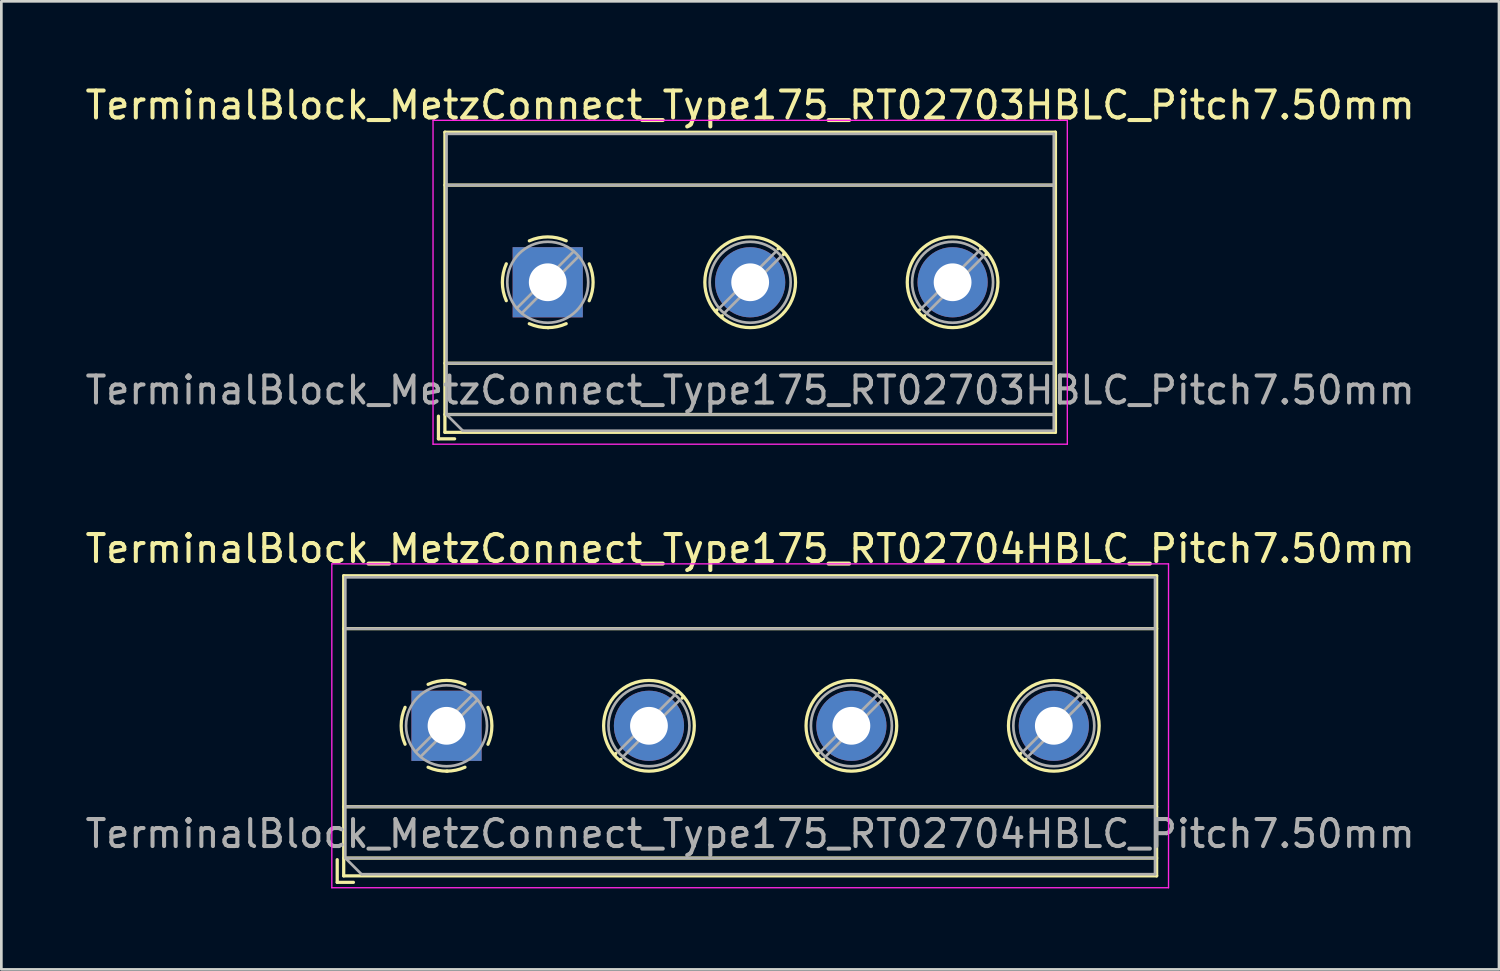
<source format=kicad_pcb>
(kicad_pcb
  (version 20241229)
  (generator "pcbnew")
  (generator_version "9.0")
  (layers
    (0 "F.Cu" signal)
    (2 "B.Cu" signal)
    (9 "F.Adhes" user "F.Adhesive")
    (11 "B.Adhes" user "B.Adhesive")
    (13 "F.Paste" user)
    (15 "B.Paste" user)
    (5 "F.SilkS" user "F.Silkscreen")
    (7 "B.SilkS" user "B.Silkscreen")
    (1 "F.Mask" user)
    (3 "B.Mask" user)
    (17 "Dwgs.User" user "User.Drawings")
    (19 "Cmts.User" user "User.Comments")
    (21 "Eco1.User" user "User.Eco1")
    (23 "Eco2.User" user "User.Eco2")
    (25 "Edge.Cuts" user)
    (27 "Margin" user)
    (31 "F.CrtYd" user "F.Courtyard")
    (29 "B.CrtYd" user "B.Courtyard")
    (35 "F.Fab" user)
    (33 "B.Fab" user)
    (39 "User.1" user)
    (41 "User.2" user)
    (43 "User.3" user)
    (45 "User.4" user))
  (footprint "TerminalBlock_MetzConnect_Type175_RT02704HBLC_Pitch7.50mm"
    (layer "F.Cu")
    (at 13.494 23.841)
    (property "Reference" "TerminalBlock_MetzConnect_Type175_RT02704HBLC_Pitch7.50mm" (at 11.25 -6.56 0) (layer "F.SilkS") (effects (font (size 1 1) (thickness 0.15))))
    (attr through_hole)
    (fp_line (start -4.05 4.96) (end -4.05 5.8) (stroke (width 0.12) (type solid)) (layer "F.SilkS"))
    (fp_line (start -4.05 5.8) (end -3.45 5.8) (stroke (width 0.12) (type solid)) (layer "F.SilkS"))
    (fp_line (start -3.81 -5.56) (end -3.81 5.56) (stroke (width 0.12) (type solid)) (layer "F.SilkS"))
    (fp_line (start -3.81 -3.6) (end 26.31 -3.6) (stroke (width 0.12) (type solid)) (layer "F.SilkS"))
    (fp_line (start -3.81 3) (end 26.31 3) (stroke (width 0.12) (type solid)) (layer "F.SilkS"))
    (fp_line (start -3.81 4.9) (end 26.31 4.9) (stroke (width 0.12) (type solid)) (layer "F.SilkS"))
    (fp_line (start -3.81 5.56) (end 26.31 5.56) (stroke (width 0.12) (type solid)) (layer "F.SilkS"))
    (fp_line (start 6.273 1.023) (end 6.226 1.069) (stroke (width 0.12) (type solid)) (layer "F.SilkS"))
    (fp_line (start 6.466 1.239) (end 6.431 1.274) (stroke (width 0.12) (type solid)) (layer "F.SilkS"))
    (fp_line (start 8.57 -1.275) (end 8.535 -1.239) (stroke (width 0.12) (type solid)) (layer "F.SilkS"))
    (fp_line (start 8.775 -1.069) (end 8.728 -1.023) (stroke (width 0.12) (type solid)) (layer "F.SilkS"))
    (fp_line (start 13.773 1.023) (end 13.726 1.069) (stroke (width 0.12) (type solid)) (layer "F.SilkS"))
    (fp_line (start 13.966 1.239) (end 13.931 1.274) (stroke (width 0.12) (type solid)) (layer "F.SilkS"))
    (fp_line (start 16.07 -1.275) (end 16.035 -1.239) (stroke (width 0.12) (type solid)) (layer "F.SilkS"))
    (fp_line (start 16.275 -1.069) (end 16.228 -1.023) (stroke (width 0.12) (type solid)) (layer "F.SilkS"))
    (fp_line (start 21.273 1.023) (end 21.226 1.069) (stroke (width 0.12) (type solid)) (layer "F.SilkS"))
    (fp_line (start 21.466 1.239) (end 21.431 1.274) (stroke (width 0.12) (type solid)) (layer "F.SilkS"))
    (fp_line (start 23.57 -1.275) (end 23.535 -1.239) (stroke (width 0.12) (type solid)) (layer "F.SilkS"))
    (fp_line (start 23.775 -1.069) (end 23.728 -1.023) (stroke (width 0.12) (type solid)) (layer "F.SilkS"))
    (fp_line (start 26.31 -5.56) (end -3.81 -5.56) (stroke (width 0.12) (type solid)) (layer "F.SilkS"))
    (fp_line (start 26.31 5.56) (end 26.31 -5.56) (stroke (width 0.12) (type solid)) (layer "F.SilkS"))
    (fp_arc (start -1.535427 0.683042) (mid -1.680501 -0.000524) (end -1.535 -0.684) (stroke (width 0.12) (type solid)) (layer "F.SilkS"))
    (fp_arc (start -0.683042 -1.535427) (mid 0.000524 -1.680501) (end 0.684 -1.535) (stroke (width 0.12) (type solid)) (layer "F.SilkS"))
    (fp_arc (start 0.028805 1.680253) (mid -0.335551 1.646659) (end -0.684 1.535) (stroke (width 0.12) (type solid)) (layer "F.SilkS"))
    (fp_arc (start 0.683318 1.534756) (mid 0.349292 1.643288) (end 0 1.68) (stroke (width 0.12) (type solid)) (layer "F.SilkS"))
    (fp_arc (start 1.535427 -0.683042) (mid 1.680501 0.000524) (end 1.535 0.684) (stroke (width 0.12) (type solid)) (layer "F.SilkS"))
    (fp_circle (center 7.5 0) (end 9.18 0) (stroke (width 0.12) (type solid)) (fill no) (layer "F.SilkS"))
    (fp_circle (center 15 0) (end 16.68 0) (stroke (width 0.12) (type solid)) (fill no) (layer "F.SilkS"))
    (fp_circle (center 22.5 0) (end 24.18 0) (stroke (width 0.12) (type solid)) (fill no) (layer "F.SilkS"))
    (fp_line (start -4.25 -6) (end -4.25 6) (stroke (width 0.05) (type solid)) (layer "F.CrtYd"))
    (fp_line (start -4.25 6) (end 26.75 6) (stroke (width 0.05) (type solid)) (layer "F.CrtYd"))
    (fp_line (start 26.75 -6) (end -4.25 -6) (stroke (width 0.05) (type solid)) (layer "F.CrtYd"))
    (fp_line (start 26.75 6) (end 26.75 -6) (stroke (width 0.05) (type solid)) (layer "F.CrtYd"))
    (fp_line (start -3.75 -5.5) (end 26.25 -5.5) (stroke (width 0.1) (type solid)) (layer "F.Fab"))
    (fp_line (start -3.75 -3.6) (end 26.25 -3.6) (stroke (width 0.1) (type solid)) (layer "F.Fab"))
    (fp_line (start -3.75 3) (end 26.25 3) (stroke (width 0.1) (type solid)) (layer "F.Fab"))
    (fp_line (start -3.75 4.9) (end -3.75 -5.5) (stroke (width 0.1) (type solid)) (layer "F.Fab"))
    (fp_line (start -3.75 4.9) (end 26.25 4.9) (stroke (width 0.1) (type solid)) (layer "F.Fab"))
    (fp_line (start -3.15 5.5) (end -3.75 4.9) (stroke (width 0.1) (type solid)) (layer "F.Fab"))
    (fp_line (start 0.955 -1.138) (end -1.138 0.955) (stroke (width 0.1) (type solid)) (layer "F.Fab"))
    (fp_line (start 1.138 -0.955) (end -0.955 1.138) (stroke (width 0.1) (type solid)) (layer "F.Fab"))
    (fp_line (start 8.455 -1.138) (end 6.363 0.955) (stroke (width 0.1) (type solid)) (layer "F.Fab"))
    (fp_line (start 8.638 -0.955) (end 6.546 1.138) (stroke (width 0.1) (type solid)) (layer "F.Fab"))
    (fp_line (start 15.955 -1.138) (end 13.863 0.955) (stroke (width 0.1) (type solid)) (layer "F.Fab"))
    (fp_line (start 16.138 -0.955) (end 14.046 1.138) (stroke (width 0.1) (type solid)) (layer "F.Fab"))
    (fp_line (start 23.455 -1.138) (end 21.363 0.955) (stroke (width 0.1) (type solid)) (layer "F.Fab"))
    (fp_line (start 23.638 -0.955) (end 21.546 1.138) (stroke (width 0.1) (type solid)) (layer "F.Fab"))
    (fp_line (start 26.25 -5.5) (end 26.25 5.5) (stroke (width 0.1) (type solid)) (layer "F.Fab"))
    (fp_line (start 26.25 5.5) (end -3.15 5.5) (stroke (width 0.1) (type solid)) (layer "F.Fab"))
    (fp_circle (center 0 0) (end 1.5 0) (stroke (width 0.1) (type solid)) (fill no) (layer "F.Fab"))
    (fp_circle (center 7.5 0) (end 9 0) (stroke (width 0.1) (type solid)) (fill no) (layer "F.Fab"))
    (fp_circle (center 15 0) (end 16.5 0) (stroke (width 0.1) (type solid)) (fill no) (layer "F.Fab"))
    (fp_circle (center 22.5 0) (end 24 0) (stroke (width 0.1) (type solid)) (fill no) (layer "F.Fab"))
    (fp_text user "${REFERENCE}" (at 11.25 4 0) (layer "F.Fab") (effects (font (size 1 1) (thickness 0.15))))
    (pad "1" thru_hole rect (at 0 0) (size 2.6 2.6) (drill 1.4) (layers "*.Cu" "*.Mask"))
    (pad "2" thru_hole circle (at 7.5 0) (size 2.6 2.6) (drill 1.4) (layers "*.Cu" "*.Mask"))
    (pad "3" thru_hole circle (at 15 0) (size 2.6 2.6) (drill 1.4) (layers "*.Cu" "*.Mask"))
    (pad "4" thru_hole circle (at 22.5 0) (size 2.6 2.6) (drill 1.4) (layers "*.Cu" "*.Mask")))
  (footprint "TerminalBlock_MetzConnect_Type175_RT02703HBLC_Pitch7.50mm"
    (layer "F.Cu")
    (at 17.244 7.408)
    (property "Reference" "TerminalBlock_MetzConnect_Type175_RT02703HBLC_Pitch7.50mm" (at 7.5 -6.56 0) (layer "F.SilkS") (effects (font (size 1 1) (thickness 0.15))))
    (attr through_hole)
    (fp_line (start -4.05 4.96) (end -4.05 5.8) (stroke (width 0.12) (type solid)) (layer "F.SilkS"))
    (fp_line (start -4.05 5.8) (end -3.45 5.8) (stroke (width 0.12) (type solid)) (layer "F.SilkS"))
    (fp_line (start -3.81 -5.56) (end -3.81 5.56) (stroke (width 0.12) (type solid)) (layer "F.SilkS"))
    (fp_line (start -3.81 -3.6) (end 18.81 -3.6) (stroke (width 0.12) (type solid)) (layer "F.SilkS"))
    (fp_line (start -3.81 3) (end 18.81 3) (stroke (width 0.12) (type solid)) (layer "F.SilkS"))
    (fp_line (start -3.81 4.9) (end 18.81 4.9) (stroke (width 0.12) (type solid)) (layer "F.SilkS"))
    (fp_line (start -3.81 5.56) (end 18.81 5.56) (stroke (width 0.12) (type solid)) (layer "F.SilkS"))
    (fp_line (start 6.273 1.023) (end 6.226 1.069) (stroke (width 0.12) (type solid)) (layer "F.SilkS"))
    (fp_line (start 6.466 1.239) (end 6.431 1.274) (stroke (width 0.12) (type solid)) (layer "F.SilkS"))
    (fp_line (start 8.57 -1.275) (end 8.535 -1.239) (stroke (width 0.12) (type solid)) (layer "F.SilkS"))
    (fp_line (start 8.775 -1.069) (end 8.728 -1.023) (stroke (width 0.12) (type solid)) (layer "F.SilkS"))
    (fp_line (start 13.773 1.023) (end 13.726 1.069) (stroke (width 0.12) (type solid)) (layer "F.SilkS"))
    (fp_line (start 13.966 1.239) (end 13.931 1.274) (stroke (width 0.12) (type solid)) (layer "F.SilkS"))
    (fp_line (start 16.07 -1.275) (end 16.035 -1.239) (stroke (width 0.12) (type solid)) (layer "F.SilkS"))
    (fp_line (start 16.275 -1.069) (end 16.228 -1.023) (stroke (width 0.12) (type solid)) (layer "F.SilkS"))
    (fp_line (start 18.81 -5.56) (end -3.81 -5.56) (stroke (width 0.12) (type solid)) (layer "F.SilkS"))
    (fp_line (start 18.81 5.56) (end 18.81 -5.56) (stroke (width 0.12) (type solid)) (layer "F.SilkS"))
    (fp_arc (start -1.535427 0.683042) (mid -1.680501 -0.000524) (end -1.535 -0.684) (stroke (width 0.12) (type solid)) (layer "F.SilkS"))
    (fp_arc (start -0.683042 -1.535427) (mid 0.000524 -1.680501) (end 0.684 -1.535) (stroke (width 0.12) (type solid)) (layer "F.SilkS"))
    (fp_arc (start 0.028805 1.680253) (mid -0.335551 1.646659) (end -0.684 1.535) (stroke (width 0.12) (type solid)) (layer "F.SilkS"))
    (fp_arc (start 0.683318 1.534756) (mid 0.349292 1.643288) (end 0 1.68) (stroke (width 0.12) (type solid)) (layer "F.SilkS"))
    (fp_arc (start 1.535427 -0.683042) (mid 1.680501 0.000524) (end 1.535 0.684) (stroke (width 0.12) (type solid)) (layer "F.SilkS"))
    (fp_circle (center 7.5 0) (end 9.18 0) (stroke (width 0.12) (type solid)) (fill no) (layer "F.SilkS"))
    (fp_circle (center 15 0) (end 16.68 0) (stroke (width 0.12) (type solid)) (fill no) (layer "F.SilkS"))
    (fp_line (start -4.25 -6) (end -4.25 6) (stroke (width 0.05) (type solid)) (layer "F.CrtYd"))
    (fp_line (start -4.25 6) (end 19.25 6) (stroke (width 0.05) (type solid)) (layer "F.CrtYd"))
    (fp_line (start 19.25 -6) (end -4.25 -6) (stroke (width 0.05) (type solid)) (layer "F.CrtYd"))
    (fp_line (start 19.25 6) (end 19.25 -6) (stroke (width 0.05) (type solid)) (layer "F.CrtYd"))
    (fp_line (start -3.75 -5.5) (end 18.75 -5.5) (stroke (width 0.1) (type solid)) (layer "F.Fab"))
    (fp_line (start -3.75 -3.6) (end 18.75 -3.6) (stroke (width 0.1) (type solid)) (layer "F.Fab"))
    (fp_line (start -3.75 3) (end 18.75 3) (stroke (width 0.1) (type solid)) (layer "F.Fab"))
    (fp_line (start -3.75 4.9) (end -3.75 -5.5) (stroke (width 0.1) (type solid)) (layer "F.Fab"))
    (fp_line (start -3.75 4.9) (end 18.75 4.9) (stroke (width 0.1) (type solid)) (layer "F.Fab"))
    (fp_line (start -3.15 5.5) (end -3.75 4.9) (stroke (width 0.1) (type solid)) (layer "F.Fab"))
    (fp_line (start 0.955 -1.138) (end -1.138 0.955) (stroke (width 0.1) (type solid)) (layer "F.Fab"))
    (fp_line (start 1.138 -0.955) (end -0.955 1.138) (stroke (width 0.1) (type solid)) (layer "F.Fab"))
    (fp_line (start 8.455 -1.138) (end 6.363 0.955) (stroke (width 0.1) (type solid)) (layer "F.Fab"))
    (fp_line (start 8.638 -0.955) (end 6.546 1.138) (stroke (width 0.1) (type solid)) (layer "F.Fab"))
    (fp_line (start 15.955 -1.138) (end 13.863 0.955) (stroke (width 0.1) (type solid)) (layer "F.Fab"))
    (fp_line (start 16.138 -0.955) (end 14.046 1.138) (stroke (width 0.1) (type solid)) (layer "F.Fab"))
    (fp_line (start 18.75 -5.5) (end 18.75 5.5) (stroke (width 0.1) (type solid)) (layer "F.Fab"))
    (fp_line (start 18.75 5.5) (end -3.15 5.5) (stroke (width 0.1) (type solid)) (layer "F.Fab"))
    (fp_circle (center 0 0) (end 1.5 0) (stroke (width 0.1) (type solid)) (fill no) (layer "F.Fab"))
    (fp_circle (center 7.5 0) (end 9 0) (stroke (width 0.1) (type solid)) (fill no) (layer "F.Fab"))
    (fp_circle (center 15 0) (end 16.5 0) (stroke (width 0.1) (type solid)) (fill no) (layer "F.Fab"))
    (fp_text user "${REFERENCE}" (at 7.5 4 0) (layer "F.Fab") (effects (font (size 1 1) (thickness 0.15))))
    (pad "1" thru_hole rect (at 0 0) (size 2.6 2.6) (drill 1.4) (layers "*.Cu" "*.Mask"))
    (pad "2" thru_hole circle (at 7.5 0) (size 2.6 2.6) (drill 1.4) (layers "*.Cu" "*.Mask"))
    (pad "3" thru_hole circle (at 15 0) (size 2.6 2.6) (drill 1.4) (layers "*.Cu" "*.Mask")))
  (gr_rect
    (start -3 -3)
    (end 52.488 32.867)
    (stroke (width 0.1) (type default))
    (fill no)
    (layer "Edge.Cuts")))
</source>
